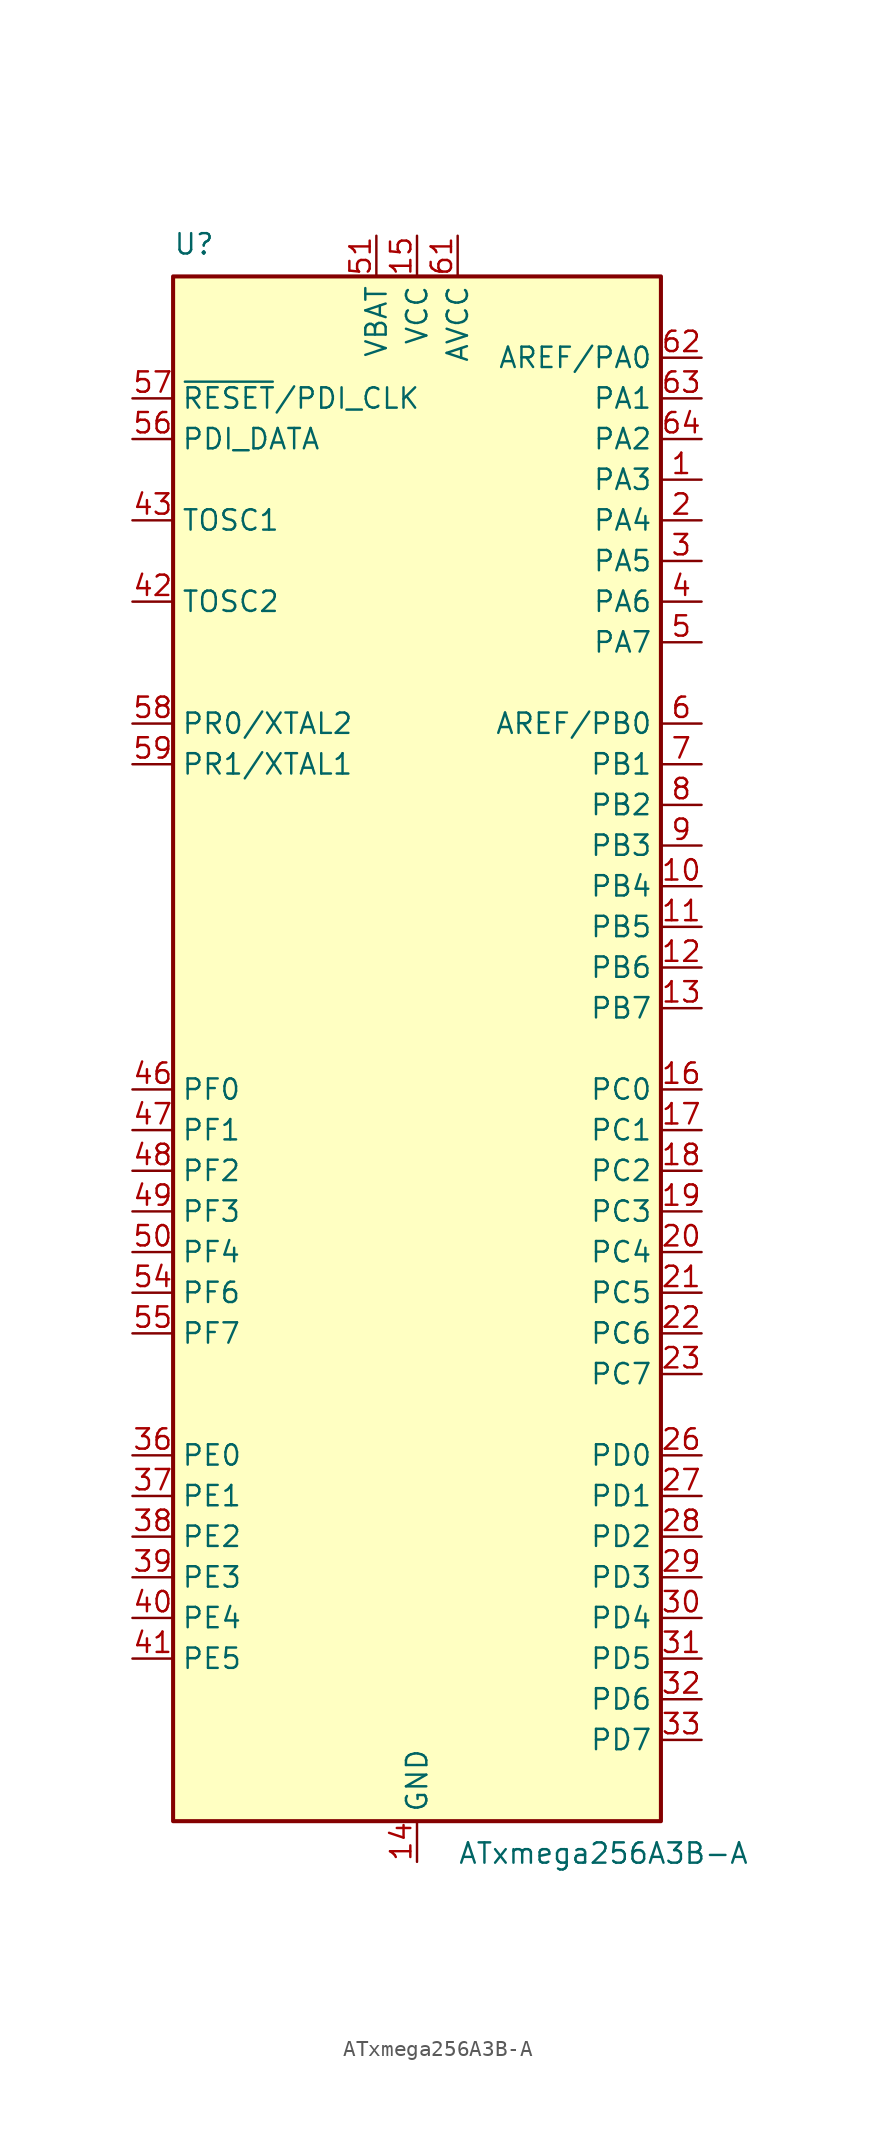
<source format=kicad_sym>
(kicad_symbol_lib
  (version 20231120)
  (generator "kicad_symbol_editor")
  (generator_version "8.0")
  (symbol "ATxmega256A3B-A"
    (property "Reference" "U"
      (at -15.24 49.53 0)
      (effects (font (size 1.27 1.27)) (justify left bottom)))
    (property "Value" "ATxmega256A3B-A"
      (at 2.54 -49.53 0)
      (effects (font (size 1.27 1.27)) (justify left top)))
    (symbol "ATxmega256A3B-A_0_1"
      (rectangle (start -15.24 -48.26) (end 15.24 48.26) (stroke (width 0.254) (type default)) (fill (type background))))
    (symbol "ATxmega256A3B-A_1_1"
      (pin bidirectional line (at 17.78 35.56 180) (length 2.54) (name "PA3" (effects (font (size 1.27 1.27)))) (number "1" (effects (font (size 1.27 1.27)))))
      (pin bidirectional line (at 17.78 10.16 180) (length 2.54) (name "PB4" (effects (font (size 1.27 1.27)))) (number "10" (effects (font (size 1.27 1.27)))))
      (pin bidirectional line (at 17.78 7.62 180) (length 2.54) (name "PB5" (effects (font (size 1.27 1.27)))) (number "11" (effects (font (size 1.27 1.27)))))
      (pin bidirectional line (at 17.78 5.08 180) (length 2.54) (name "PB6" (effects (font (size 1.27 1.27)))) (number "12" (effects (font (size 1.27 1.27)))))
      (pin bidirectional line (at 17.78 2.54 180) (length 2.54) (name "PB7" (effects (font (size 1.27 1.27)))) (number "13" (effects (font (size 1.27 1.27)))))
      (pin power_in line (at 0 -50.8 90) (length 2.54) (name "GND" (effects (font (size 1.27 1.27)))) (number "14" (effects (font (size 1.27 1.27)))))
      (pin power_in line (at 0 50.8 270) (length 2.54) (name "VCC" (effects (font (size 1.27 1.27)))) (number "15" (effects (font (size 1.27 1.27)))))
      (pin bidirectional line (at 17.78 -2.54 180) (length 2.54) (name "PC0" (effects (font (size 1.27 1.27)))) (number "16" (effects (font (size 1.27 1.27)))))
      (pin bidirectional line (at 17.78 -5.08 180) (length 2.54) (name "PC1" (effects (font (size 1.27 1.27)))) (number "17" (effects (font (size 1.27 1.27)))))
      (pin bidirectional line (at 17.78 -7.62 180) (length 2.54) (name "PC2" (effects (font (size 1.27 1.27)))) (number "18" (effects (font (size 1.27 1.27)))))
      (pin bidirectional line (at 17.78 -10.16 180) (length 2.54) (name "PC3" (effects (font (size 1.27 1.27)))) (number "19" (effects (font (size 1.27 1.27)))))
      (pin bidirectional line (at 17.78 33.02 180) (length 2.54) (name "PA4" (effects (font (size 1.27 1.27)))) (number "2" (effects (font (size 1.27 1.27)))))
      (pin bidirectional line (at 17.78 -12.7 180) (length 2.54) (name "PC4" (effects (font (size 1.27 1.27)))) (number "20" (effects (font (size 1.27 1.27)))))
      (pin bidirectional line (at 17.78 -15.24 180) (length 2.54) (name "PC5" (effects (font (size 1.27 1.27)))) (number "21" (effects (font (size 1.27 1.27)))))
      (pin bidirectional line (at 17.78 -17.78 180) (length 2.54) (name "PC6" (effects (font (size 1.27 1.27)))) (number "22" (effects (font (size 1.27 1.27)))))
      (pin bidirectional line (at 17.78 -20.32 180) (length 2.54) (name "PC7" (effects (font (size 1.27 1.27)))) (number "23" (effects (font (size 1.27 1.27)))))
      (pin passive line (at 0 -50.8 90) (length 2.54) hide (name "GND" (effects (font (size 1.27 1.27)))) (number "24" (effects (font (size 1.27 1.27)))))
      (pin passive line (at 0 50.8 270) (length 2.54) hide (name "VCC" (effects (font (size 1.27 1.27)))) (number "25" (effects (font (size 1.27 1.27)))))
      (pin bidirectional line (at 17.78 -25.4 180) (length 2.54) (name "PD0" (effects (font (size 1.27 1.27)))) (number "26" (effects (font (size 1.27 1.27)))))
      (pin bidirectional line (at 17.78 -27.94 180) (length 2.54) (name "PD1" (effects (font (size 1.27 1.27)))) (number "27" (effects (font (size 1.27 1.27)))))
      (pin bidirectional line (at 17.78 -30.48 180) (length 2.54) (name "PD2" (effects (font (size 1.27 1.27)))) (number "28" (effects (font (size 1.27 1.27)))))
      (pin bidirectional line (at 17.78 -33.02 180) (length 2.54) (name "PD3" (effects (font (size 1.27 1.27)))) (number "29" (effects (font (size 1.27 1.27)))))
      (pin bidirectional line (at 17.78 30.48 180) (length 2.54) (name "PA5" (effects (font (size 1.27 1.27)))) (number "3" (effects (font (size 1.27 1.27)))))
      (pin bidirectional line (at 17.78 -35.56 180) (length 2.54) (name "PD4" (effects (font (size 1.27 1.27)))) (number "30" (effects (font (size 1.27 1.27)))))
      (pin bidirectional line (at 17.78 -38.1 180) (length 2.54) (name "PD5" (effects (font (size 1.27 1.27)))) (number "31" (effects (font (size 1.27 1.27)))))
      (pin bidirectional line (at 17.78 -40.64 180) (length 2.54) (name "PD6" (effects (font (size 1.27 1.27)))) (number "32" (effects (font (size 1.27 1.27)))))
      (pin bidirectional line (at 17.78 -43.18 180) (length 2.54) (name "PD7" (effects (font (size 1.27 1.27)))) (number "33" (effects (font (size 1.27 1.27)))))
      (pin passive line (at 0 -50.8 90) (length 2.54) hide (name "GND" (effects (font (size 1.27 1.27)))) (number "34" (effects (font (size 1.27 1.27)))))
      (pin passive line (at 0 50.8 270) (length 2.54) hide (name "VCC" (effects (font (size 1.27 1.27)))) (number "35" (effects (font (size 1.27 1.27)))))
      (pin bidirectional line (at -17.78 -25.4 0) (length 2.54) (name "PE0" (effects (font (size 1.27 1.27)))) (number "36" (effects (font (size 1.27 1.27)))))
      (pin bidirectional line (at -17.78 -27.94 0) (length 2.54) (name "PE1" (effects (font (size 1.27 1.27)))) (number "37" (effects (font (size 1.27 1.27)))))
      (pin bidirectional line (at -17.78 -30.48 0) (length 2.54) (name "PE2" (effects (font (size 1.27 1.27)))) (number "38" (effects (font (size 1.27 1.27)))))
      (pin bidirectional line (at -17.78 -33.02 0) (length 2.54) (name "PE3" (effects (font (size 1.27 1.27)))) (number "39" (effects (font (size 1.27 1.27)))))
      (pin bidirectional line (at 17.78 27.94 180) (length 2.54) (name "PA6" (effects (font (size 1.27 1.27)))) (number "4" (effects (font (size 1.27 1.27)))))
      (pin bidirectional line (at -17.78 -35.56 0) (length 2.54) (name "PE4" (effects (font (size 1.27 1.27)))) (number "40" (effects (font (size 1.27 1.27)))))
      (pin bidirectional line (at -17.78 -38.1 0) (length 2.54) (name "PE5" (effects (font (size 1.27 1.27)))) (number "41" (effects (font (size 1.27 1.27)))))
      (pin passive line (at -17.78 27.94 0) (length 2.54) (name "TOSC2" (effects (font (size 1.27 1.27)))) (number "42" (effects (font (size 1.27 1.27)))))
      (pin input line (at -17.78 33.02 0) (length 2.54) (name "TOSC1" (effects (font (size 1.27 1.27)))) (number "43" (effects (font (size 1.27 1.27)))))
      (pin passive line (at 0 -50.8 90) (length 2.54) hide (name "GND" (effects (font (size 1.27 1.27)))) (number "44" (effects (font (size 1.27 1.27)))))
      (pin passive line (at 0 50.8 270) (length 2.54) hide (name "VCC" (effects (font (size 1.27 1.27)))) (number "45" (effects (font (size 1.27 1.27)))))
      (pin bidirectional line (at -17.78 -2.54 0) (length 2.54) (name "PF0" (effects (font (size 1.27 1.27)))) (number "46" (effects (font (size 1.27 1.27)))))
      (pin bidirectional line (at -17.78 -5.08 0) (length 2.54) (name "PF1" (effects (font (size 1.27 1.27)))) (number "47" (effects (font (size 1.27 1.27)))))
      (pin bidirectional line (at -17.78 -7.62 0) (length 2.54) (name "PF2" (effects (font (size 1.27 1.27)))) (number "48" (effects (font (size 1.27 1.27)))))
      (pin bidirectional line (at -17.78 -10.16 0) (length 2.54) (name "PF3" (effects (font (size 1.27 1.27)))) (number "49" (effects (font (size 1.27 1.27)))))
      (pin bidirectional line (at 17.78 25.4 180) (length 2.54) (name "PA7" (effects (font (size 1.27 1.27)))) (number "5" (effects (font (size 1.27 1.27)))))
      (pin bidirectional line (at -17.78 -12.7 0) (length 2.54) (name "PF4" (effects (font (size 1.27 1.27)))) (number "50" (effects (font (size 1.27 1.27)))))
      (pin power_in line (at -2.54 50.8 270) (length 2.54) (name "VBAT" (effects (font (size 1.27 1.27)))) (number "51" (effects (font (size 1.27 1.27)))))
      (pin passive line (at 0 -50.8 90) (length 2.54) hide (name "GND" (effects (font (size 1.27 1.27)))) (number "52" (effects (font (size 1.27 1.27)))))
      (pin passive line (at 0 50.8 270) (length 2.54) hide (name "VCC" (effects (font (size 1.27 1.27)))) (number "53" (effects (font (size 1.27 1.27)))))
      (pin bidirectional line (at -17.78 -15.24 0) (length 2.54) (name "PF6" (effects (font (size 1.27 1.27)))) (number "54" (effects (font (size 1.27 1.27)))))
      (pin bidirectional line (at -17.78 -17.78 0) (length 2.54) (name "PF7" (effects (font (size 1.27 1.27)))) (number "55" (effects (font (size 1.27 1.27)))))
      (pin bidirectional line (at -17.78 38.1 0) (length 2.54) (name "PDI_DATA" (effects (font (size 1.27 1.27)))) (number "56" (effects (font (size 1.27 1.27)))))
      (pin input line (at -17.78 40.64 0) (length 2.54) (name "~{RESET}/PDI_CLK" (effects (font (size 1.27 1.27)))) (number "57" (effects (font (size 1.27 1.27)))))
      (pin bidirectional line (at -17.78 20.32 0) (length 2.54) (name "PR0/XTAL2" (effects (font (size 1.27 1.27)))) (number "58" (effects (font (size 1.27 1.27)))))
      (pin bidirectional line (at -17.78 17.78 0) (length 2.54) (name "PR1/XTAL1" (effects (font (size 1.27 1.27)))) (number "59" (effects (font (size 1.27 1.27)))))
      (pin bidirectional line (at 17.78 20.32 180) (length 2.54) (name "AREF/PB0" (effects (font (size 1.27 1.27)))) (number "6" (effects (font (size 1.27 1.27)))))
      (pin passive line (at 0 -50.8 90) (length 2.54) hide (name "GND" (effects (font (size 1.27 1.27)))) (number "60" (effects (font (size 1.27 1.27)))))
      (pin power_in line (at 2.54 50.8 270) (length 2.54) (name "AVCC" (effects (font (size 1.27 1.27)))) (number "61" (effects (font (size 1.27 1.27)))))
      (pin bidirectional line (at 17.78 43.18 180) (length 2.54) (name "AREF/PA0" (effects (font (size 1.27 1.27)))) (number "62" (effects (font (size 1.27 1.27)))))
      (pin bidirectional line (at 17.78 40.64 180) (length 2.54) (name "PA1" (effects (font (size 1.27 1.27)))) (number "63" (effects (font (size 1.27 1.27)))))
      (pin bidirectional line (at 17.78 38.1 180) (length 2.54) (name "PA2" (effects (font (size 1.27 1.27)))) (number "64" (effects (font (size 1.27 1.27)))))
      (pin bidirectional line (at 17.78 17.78 180) (length 2.54) (name "PB1" (effects (font (size 1.27 1.27)))) (number "7" (effects (font (size 1.27 1.27)))))
      (pin bidirectional line (at 17.78 15.24 180) (length 2.54) (name "PB2" (effects (font (size 1.27 1.27)))) (number "8" (effects (font (size 1.27 1.27)))))
      (pin bidirectional line (at 17.78 12.7 180) (length 2.54) (name "PB3" (effects (font (size 1.27 1.27)))) (number "9" (effects (font (size 1.27 1.27))))))))
</source>
